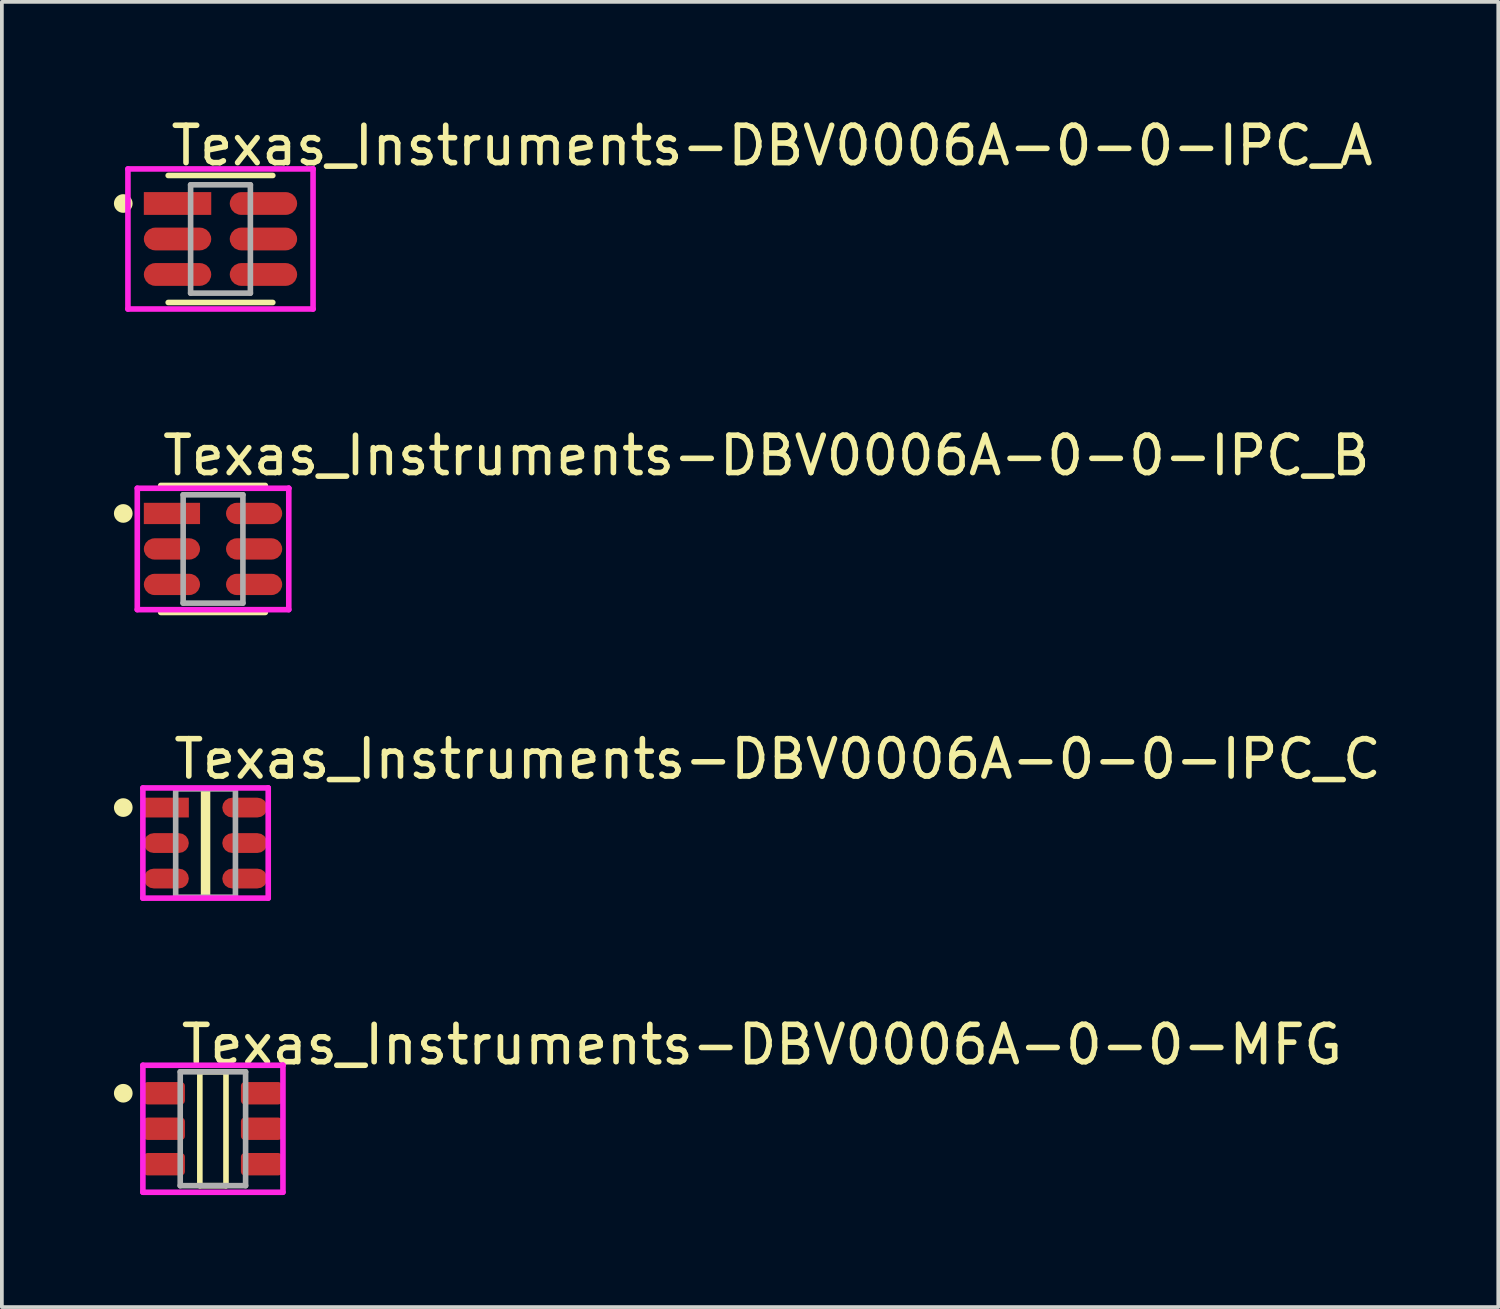
<source format=kicad_pcb>
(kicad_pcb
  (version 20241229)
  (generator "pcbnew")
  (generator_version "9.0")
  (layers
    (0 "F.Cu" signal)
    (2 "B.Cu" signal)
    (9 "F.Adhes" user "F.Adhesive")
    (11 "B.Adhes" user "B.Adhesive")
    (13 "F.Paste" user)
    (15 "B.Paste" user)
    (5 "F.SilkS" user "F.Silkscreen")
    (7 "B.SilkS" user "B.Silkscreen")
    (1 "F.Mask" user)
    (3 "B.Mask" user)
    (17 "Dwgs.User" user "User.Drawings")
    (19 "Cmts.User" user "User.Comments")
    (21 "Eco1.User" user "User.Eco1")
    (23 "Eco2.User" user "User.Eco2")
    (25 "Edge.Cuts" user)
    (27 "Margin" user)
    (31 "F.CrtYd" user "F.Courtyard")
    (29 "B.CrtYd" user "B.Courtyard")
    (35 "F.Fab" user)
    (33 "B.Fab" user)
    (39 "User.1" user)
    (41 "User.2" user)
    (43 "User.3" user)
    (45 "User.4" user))
  (footprint "Texas_Instruments-DBV0006A-0-0-MFG"
    (layer "F.Cu")
    (at 2.65 27.168)
    (property "Reference" "Texas_Instruments-DBV0006A-0-0-MFG" (at -0.925 -2.25 0) (layer "F.SilkS") (effects (font (size 1 1) (thickness 0.15)) (justify left)))
    (attr through_hole)
    (fp_line (start -0.35 -1.525) (end 0.35 -1.525) (stroke (width 0.15) (type solid)) (layer "F.SilkS"))
    (fp_line (start -0.35 1.525) (end -0.35 -1.525) (stroke (width 0.15) (type solid)) (layer "F.SilkS"))
    (fp_line (start -0.35 1.525) (end 0.35 1.525) (stroke (width 0.15) (type solid)) (layer "F.SilkS"))
    (fp_line (start 0.35 1.525) (end 0.35 -1.525) (stroke (width 0.15) (type solid)) (layer "F.SilkS"))
    (fp_circle (center -2.4 -0.95) (end -2.275 -0.95) (stroke (width 0.25) (type solid)) (fill no) (layer "F.SilkS"))
    (fp_line (start -1.875 -1.7) (end -1.875 1.7) (stroke (width 0.15) (type solid)) (layer "F.CrtYd"))
    (fp_line (start -1.875 1.7) (end 1.875 1.7) (stroke (width 0.15) (type solid)) (layer "F.CrtYd"))
    (fp_line (start 1.875 -1.7) (end -1.875 -1.7) (stroke (width 0.15) (type solid)) (layer "F.CrtYd"))
    (fp_line (start 1.875 -1.7) (end 1.875 -1.7) (stroke (width 0.15) (type solid)) (layer "F.CrtYd"))
    (fp_line (start 1.875 1.7) (end 1.875 -1.7) (stroke (width 0.15) (type solid)) (layer "F.CrtYd"))
    (fp_line (start -0.875 -1.525) (end 0.875 -1.525) (stroke (width 0.15) (type solid)) (layer "F.Fab"))
    (fp_line (start -0.875 1.525) (end -0.875 -1.525) (stroke (width 0.15) (type solid)) (layer "F.Fab"))
    (fp_line (start 0.875 -1.525) (end 0.875 1.525) (stroke (width 0.15) (type solid)) (layer "F.Fab"))
    (fp_line (start 0.875 1.525) (end -0.875 1.525) (stroke (width 0.15) (type solid)) (layer "F.Fab"))
    (pad "1" smd roundrect (at -1.3 -0.95) (size 1.1 0.6) (layers "F.Cu" "F.Mask" "F.Paste") (roundrect_rratio 0.167))
    (pad "2" smd roundrect (at -1.3 0) (size 1.1 0.6) (layers "F.Cu" "F.Mask" "F.Paste") (roundrect_rratio 0.167))
    (pad "3" smd roundrect (at -1.3 0.95) (size 1.1 0.6) (layers "F.Cu" "F.Mask" "F.Paste") (roundrect_rratio 0.167))
    (pad "4" smd roundrect (at 1.3 0.95) (size 1.1 0.6) (layers "F.Cu" "F.Mask" "F.Paste") (roundrect_rratio 0.167))
    (pad "5" smd roundrect (at 1.3 0) (size 1.1 0.6) (layers "F.Cu" "F.Mask" "F.Paste") (roundrect_rratio 0.167))
    (pad "6" smd roundrect (at 1.3 -0.95) (size 1.1 0.6) (layers "F.Cu" "F.Mask" "F.Paste") (roundrect_rratio 0.167)))
  (footprint "Texas_Instruments-DBV0006A-0-0-IPC_B"
    (layer "F.Cu")
    (at 2.653 11.646)
    (property "Reference" "Texas_Instruments-DBV0006A-0-0-IPC_B" (at -1.428 -2.5 0) (layer "F.SilkS") (effects (font (size 1 1) (thickness 0.15)) (justify left)))
    (attr through_hole)
    (fp_line (start -1.4 -1.7) (end 1.4 -1.7) (stroke (width 0.15) (type solid)) (layer "F.SilkS"))
    (fp_line (start -1.4 1.7) (end 1.4 1.7) (stroke (width 0.15) (type solid)) (layer "F.SilkS"))
    (fp_circle (center -2.403 -0.95) (end -2.278 -0.95) (stroke (width 0.25) (type solid)) (fill no) (layer "F.SilkS"))
    (fp_line (start -2.028 -1.625) (end -2.028 1.625) (stroke (width 0.15) (type solid)) (layer "F.CrtYd"))
    (fp_line (start -2.028 1.625) (end 2.028 1.625) (stroke (width 0.15) (type solid)) (layer "F.CrtYd"))
    (fp_line (start 2.028 -1.625) (end -2.028 -1.625) (stroke (width 0.15) (type solid)) (layer "F.CrtYd"))
    (fp_line (start 2.028 -1.625) (end 2.028 -1.625) (stroke (width 0.15) (type solid)) (layer "F.CrtYd"))
    (fp_line (start 2.028 1.625) (end 2.028 -1.625) (stroke (width 0.15) (type solid)) (layer "F.CrtYd"))
    (fp_line (start -0.8 -1.45) (end 0.8 -1.45) (stroke (width 0.15) (type solid)) (layer "F.Fab"))
    (fp_line (start -0.8 1.45) (end -0.8 -1.45) (stroke (width 0.15) (type solid)) (layer "F.Fab"))
    (fp_line (start 0.8 -1.45) (end 0.8 1.45) (stroke (width 0.15) (type solid)) (layer "F.Fab"))
    (fp_line (start 0.8 1.45) (end -0.8 1.45) (stroke (width 0.15) (type solid)) (layer "F.Fab"))
    (pad "1" smd rect (at -1.1 -0.95) (size 1.505 0.57) (layers "F.Cu" "F.Mask" "F.Paste"))
    (pad "2" smd roundrect (at -1.1 0.000001) (size 1.505 0.57) (layers "F.Cu" "F.Mask" "F.Paste") (roundrect_rratio 0.5))
    (pad "3" smd roundrect (at -1.1 0.95) (size 1.505 0.57) (layers "F.Cu" "F.Mask" "F.Paste") (roundrect_rratio 0.5))
    (pad "4" smd roundrect (at 1.1 0.95) (size 1.505 0.57) (layers "F.Cu" "F.Mask" "F.Paste") (roundrect_rratio 0.5))
    (pad "5" smd roundrect (at 1.1 0.000001) (size 1.505 0.57) (layers "F.Cu" "F.Mask" "F.Paste") (roundrect_rratio 0.5))
    (pad "6" smd roundrect (at 1.1 -0.95) (size 1.505 0.57) (layers "F.Cu" "F.Mask" "F.Paste") (roundrect_rratio 0.5)))
  (footprint "Texas_Instruments-DBV0006A-0-0-IPC_A"
    (layer "F.Cu")
    (at 2.853 3.348)
    (property "Reference" "Texas_Instruments-DBV0006A-0-0-IPC_A" (at -1.403 -2.5 0) (layer "F.SilkS") (effects (font (size 1 1) (thickness 0.15)) (justify left)))
    (attr through_hole)
    (fp_line (start -1.4 -1.7) (end 1.4 -1.7) (stroke (width 0.15) (type solid)) (layer "F.SilkS"))
    (fp_line (start -1.4 1.7) (end 1.4 1.7) (stroke (width 0.15) (type solid)) (layer "F.SilkS"))
    (fp_circle (center -2.603 -0.95) (end -2.478 -0.95) (stroke (width 0.25) (type solid)) (fill no) (layer "F.SilkS"))
    (fp_line (start -2.478 -1.875) (end -2.478 1.875) (stroke (width 0.15) (type solid)) (layer "F.CrtYd"))
    (fp_line (start -2.478 1.875) (end 2.478 1.875) (stroke (width 0.15) (type solid)) (layer "F.CrtYd"))
    (fp_line (start 2.478 -1.875) (end -2.478 -1.875) (stroke (width 0.15) (type solid)) (layer "F.CrtYd"))
    (fp_line (start 2.478 -1.875) (end 2.478 -1.875) (stroke (width 0.15) (type solid)) (layer "F.CrtYd"))
    (fp_line (start 2.478 1.875) (end 2.478 -1.875) (stroke (width 0.15) (type solid)) (layer "F.CrtYd"))
    (fp_line (start -0.8 -1.45) (end 0.8 -1.45) (stroke (width 0.15) (type solid)) (layer "F.Fab"))
    (fp_line (start -0.8 1.45) (end -0.8 -1.45) (stroke (width 0.15) (type solid)) (layer "F.Fab"))
    (fp_line (start 0.8 -1.45) (end 0.8 1.45) (stroke (width 0.15) (type solid)) (layer "F.Fab"))
    (fp_line (start 0.8 1.45) (end -0.8 1.45) (stroke (width 0.15) (type solid)) (layer "F.Fab"))
    (pad "1" smd rect (at -1.15 -0.95) (size 1.805 0.61) (layers "F.Cu" "F.Mask" "F.Paste"))
    (pad "2" smd roundrect (at -1.15 0.000001) (size 1.805 0.61) (layers "F.Cu" "F.Mask" "F.Paste") (roundrect_rratio 0.5))
    (pad "3" smd roundrect (at -1.15 0.95) (size 1.805 0.61) (layers "F.Cu" "F.Mask" "F.Paste") (roundrect_rratio 0.5))
    (pad "4" smd roundrect (at 1.15 0.95) (size 1.805 0.61) (layers "F.Cu" "F.Mask" "F.Paste") (roundrect_rratio 0.5))
    (pad "5" smd roundrect (at 1.15 0.000001) (size 1.805 0.61) (layers "F.Cu" "F.Mask" "F.Paste") (roundrect_rratio 0.5))
    (pad "6" smd roundrect (at 1.15 -0.95) (size 1.805 0.61) (layers "F.Cu" "F.Mask" "F.Paste") (roundrect_rratio 0.5)))
  (footprint "Texas_Instruments-DBV0006A-0-0-IPC_C"
    (layer "F.Cu")
    (at 2.453 19.52)
    (property "Reference" "Texas_Instruments-DBV0006A-0-0-IPC_C" (at -0.928 -2.25 0) (layer "F.SilkS") (effects (font (size 1 1) (thickness 0.15)) (justify left)))
    (attr through_hole)
    (fp_line (start -0.052 -1.45) (end -0.052 1.45) (stroke (width 0.15) (type solid)) (layer "F.SilkS"))
    (fp_line (start -0.052 1.45) (end 0.052 1.45) (stroke (width 0.15) (type solid)) (layer "F.SilkS"))
    (fp_line (start 0.052 -1.45) (end -0.052 -1.45) (stroke (width 0.15) (type solid)) (layer "F.SilkS"))
    (fp_line (start 0.052 1.45) (end 0.052 -1.45) (stroke (width 0.15) (type solid)) (layer "F.SilkS"))
    (fp_circle (center -2.203 -0.95) (end -2.078 -0.95) (stroke (width 0.25) (type solid)) (fill no) (layer "F.SilkS"))
    (fp_line (start -1.678 -1.475) (end -1.678 1.475) (stroke (width 0.15) (type solid)) (layer "F.CrtYd"))
    (fp_line (start -1.678 1.475) (end 1.678 1.475) (stroke (width 0.15) (type solid)) (layer "F.CrtYd"))
    (fp_line (start 1.678 -1.475) (end -1.678 -1.475) (stroke (width 0.15) (type solid)) (layer "F.CrtYd"))
    (fp_line (start 1.678 -1.475) (end 1.678 -1.475) (stroke (width 0.15) (type solid)) (layer "F.CrtYd"))
    (fp_line (start 1.678 1.475) (end 1.678 -1.475) (stroke (width 0.15) (type solid)) (layer "F.CrtYd"))
    (fp_line (start -0.8 -1.45) (end 0.8 -1.45) (stroke (width 0.15) (type solid)) (layer "F.Fab"))
    (fp_line (start -0.8 1.45) (end -0.8 -1.45) (stroke (width 0.15) (type solid)) (layer "F.Fab"))
    (fp_line (start 0.8 -1.45) (end 0.8 1.45) (stroke (width 0.15) (type solid)) (layer "F.Fab"))
    (fp_line (start 0.8 1.45) (end -0.8 1.45) (stroke (width 0.15) (type solid)) (layer "F.Fab"))
    (pad "1" smd rect (at -1.05 -0.95) (size 1.205 0.53) (layers "F.Cu" "F.Mask" "F.Paste"))
    (pad "2" smd roundrect (at -1.05 0.000001) (size 1.205 0.53) (layers "F.Cu" "F.Mask" "F.Paste") (roundrect_rratio 0.5))
    (pad "3" smd roundrect (at -1.05 0.95) (size 1.205 0.53) (layers "F.Cu" "F.Mask" "F.Paste") (roundrect_rratio 0.5))
    (pad "4" smd roundrect (at 1.05 0.95) (size 1.205 0.53) (layers "F.Cu" "F.Mask" "F.Paste") (roundrect_rratio 0.5))
    (pad "5" smd roundrect (at 1.05 0.000001) (size 1.205 0.53) (layers "F.Cu" "F.Mask" "F.Paste") (roundrect_rratio 0.5))
    (pad "6" smd roundrect (at 1.05 -0.95) (size 1.205 0.53) (layers "F.Cu" "F.Mask" "F.Paste") (roundrect_rratio 0.5)))
  (gr_rect
    (start -3 -3)
    (end 37.061 31.943)
    (stroke (width 0.1) (type default))
    (fill no)
    (layer "Edge.Cuts")))
</source>
